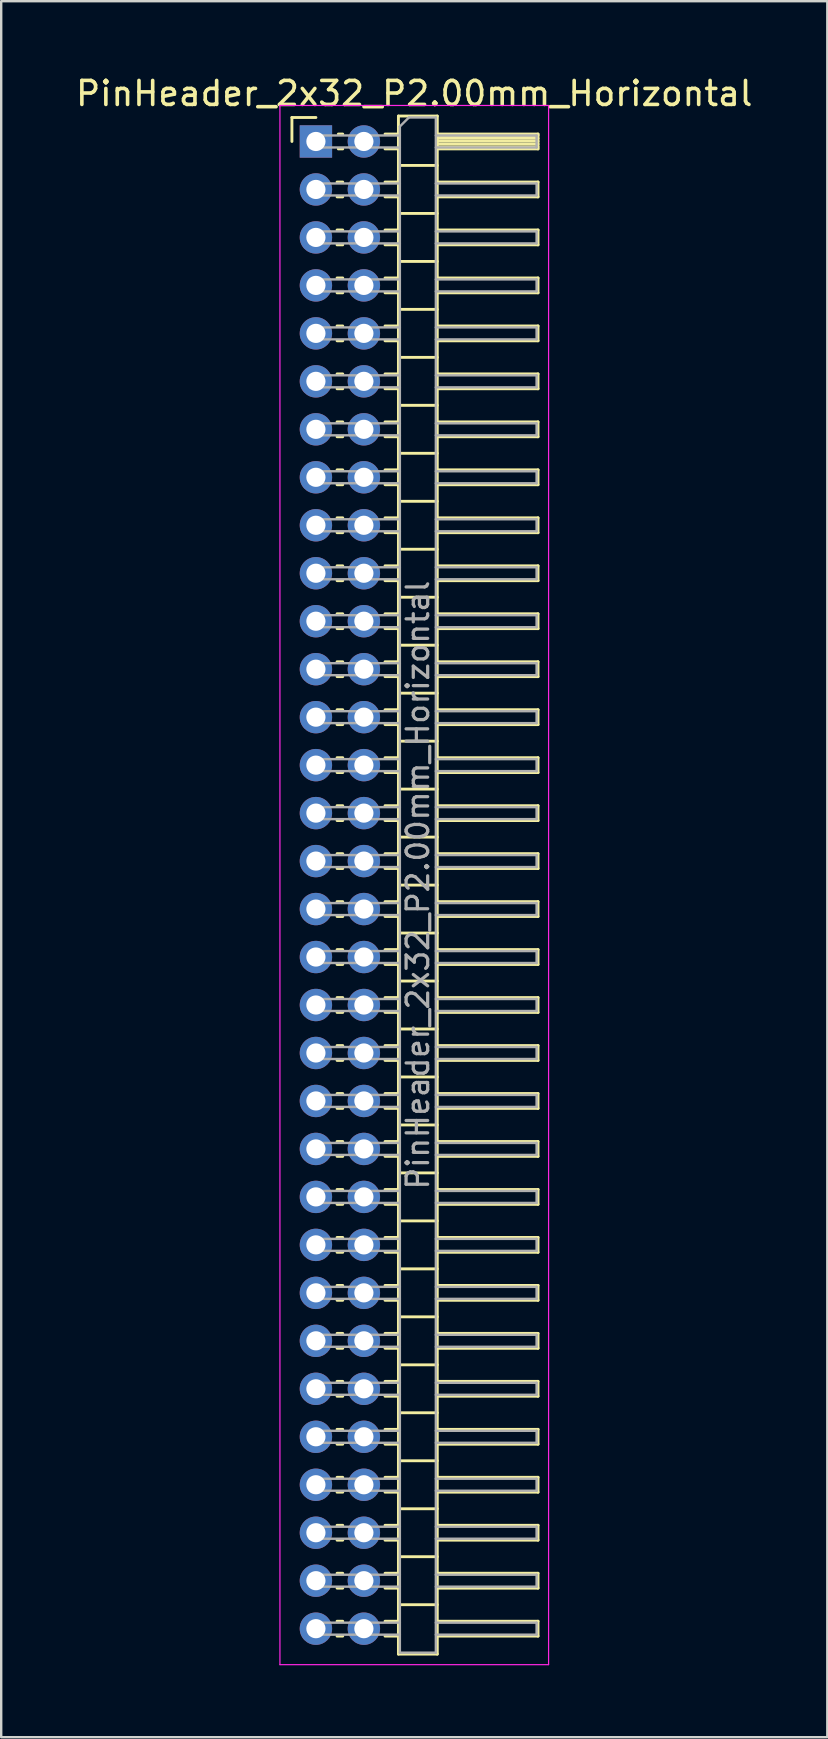
<source format=kicad_pcb>
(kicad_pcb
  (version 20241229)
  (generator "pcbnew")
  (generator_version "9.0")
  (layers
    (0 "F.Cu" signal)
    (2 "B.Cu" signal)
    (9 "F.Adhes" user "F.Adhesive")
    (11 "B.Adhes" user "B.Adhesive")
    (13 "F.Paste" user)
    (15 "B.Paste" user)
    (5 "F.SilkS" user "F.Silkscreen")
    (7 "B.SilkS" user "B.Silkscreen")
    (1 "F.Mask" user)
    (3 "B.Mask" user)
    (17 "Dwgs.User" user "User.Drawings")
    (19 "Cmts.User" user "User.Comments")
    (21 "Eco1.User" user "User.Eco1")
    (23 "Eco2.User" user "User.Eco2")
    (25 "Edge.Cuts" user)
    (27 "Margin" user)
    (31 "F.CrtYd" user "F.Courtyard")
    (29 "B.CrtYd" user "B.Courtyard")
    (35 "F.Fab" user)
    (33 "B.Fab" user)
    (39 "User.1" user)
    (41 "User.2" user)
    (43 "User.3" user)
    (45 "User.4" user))
  (footprint "PinHeader_2x32_P2.00mm_Horizontal"
    (layer "F.Cu")
    (at 10.12 2.848)
    (property "Reference" "PinHeader_2x32_P2.00mm_Horizontal" (at 4.1 -2 0) (layer "F.SilkS") (effects (font (size 1 1) (thickness 0.15))))
    (attr through_hole)
    (fp_line (start -1 -1) (end 0 -1) (stroke (width 0.12) (type solid)) (layer "F.SilkS"))
    (fp_line (start -1 0) (end -1 -1) (stroke (width 0.12) (type solid)) (layer "F.SilkS"))
    (fp_line (start 0.882 1.69) (end 1.118 1.69) (stroke (width 0.12) (type solid)) (layer "F.SilkS"))
    (fp_line (start 0.882 2.31) (end 1.118 2.31) (stroke (width 0.12) (type solid)) (layer "F.SilkS"))
    (fp_line (start 0.882 3.69) (end 1.118 3.69) (stroke (width 0.12) (type solid)) (layer "F.SilkS"))
    (fp_line (start 0.882 4.31) (end 1.118 4.31) (stroke (width 0.12) (type solid)) (layer "F.SilkS"))
    (fp_line (start 0.882 5.69) (end 1.118 5.69) (stroke (width 0.12) (type solid)) (layer "F.SilkS"))
    (fp_line (start 0.882 6.31) (end 1.118 6.31) (stroke (width 0.12) (type solid)) (layer "F.SilkS"))
    (fp_line (start 0.882 7.69) (end 1.118 7.69) (stroke (width 0.12) (type solid)) (layer "F.SilkS"))
    (fp_line (start 0.882 8.31) (end 1.118 8.31) (stroke (width 0.12) (type solid)) (layer "F.SilkS"))
    (fp_line (start 0.882 9.69) (end 1.118 9.69) (stroke (width 0.12) (type solid)) (layer "F.SilkS"))
    (fp_line (start 0.882 10.31) (end 1.118 10.31) (stroke (width 0.12) (type solid)) (layer "F.SilkS"))
    (fp_line (start 0.882 11.69) (end 1.118 11.69) (stroke (width 0.12) (type solid)) (layer "F.SilkS"))
    (fp_line (start 0.882 12.31) (end 1.118 12.31) (stroke (width 0.12) (type solid)) (layer "F.SilkS"))
    (fp_line (start 0.882 13.69) (end 1.118 13.69) (stroke (width 0.12) (type solid)) (layer "F.SilkS"))
    (fp_line (start 0.882 14.31) (end 1.118 14.31) (stroke (width 0.12) (type solid)) (layer "F.SilkS"))
    (fp_line (start 0.882 15.69) (end 1.118 15.69) (stroke (width 0.12) (type solid)) (layer "F.SilkS"))
    (fp_line (start 0.882 16.31) (end 1.118 16.31) (stroke (width 0.12) (type solid)) (layer "F.SilkS"))
    (fp_line (start 0.882 17.69) (end 1.118 17.69) (stroke (width 0.12) (type solid)) (layer "F.SilkS"))
    (fp_line (start 0.882 18.31) (end 1.118 18.31) (stroke (width 0.12) (type solid)) (layer "F.SilkS"))
    (fp_line (start 0.882 19.69) (end 1.118 19.69) (stroke (width 0.12) (type solid)) (layer "F.SilkS"))
    (fp_line (start 0.882 20.31) (end 1.118 20.31) (stroke (width 0.12) (type solid)) (layer "F.SilkS"))
    (fp_line (start 0.882 21.69) (end 1.118 21.69) (stroke (width 0.12) (type solid)) (layer "F.SilkS"))
    (fp_line (start 0.882 22.31) (end 1.118 22.31) (stroke (width 0.12) (type solid)) (layer "F.SilkS"))
    (fp_line (start 0.882 23.69) (end 1.118 23.69) (stroke (width 0.12) (type solid)) (layer "F.SilkS"))
    (fp_line (start 0.882 24.31) (end 1.118 24.31) (stroke (width 0.12) (type solid)) (layer "F.SilkS"))
    (fp_line (start 0.882 25.69) (end 1.118 25.69) (stroke (width 0.12) (type solid)) (layer "F.SilkS"))
    (fp_line (start 0.882 26.31) (end 1.118 26.31) (stroke (width 0.12) (type solid)) (layer "F.SilkS"))
    (fp_line (start 0.882 27.69) (end 1.118 27.69) (stroke (width 0.12) (type solid)) (layer "F.SilkS"))
    (fp_line (start 0.882 28.31) (end 1.118 28.31) (stroke (width 0.12) (type solid)) (layer "F.SilkS"))
    (fp_line (start 0.882 29.69) (end 1.118 29.69) (stroke (width 0.12) (type solid)) (layer "F.SilkS"))
    (fp_line (start 0.882 30.31) (end 1.118 30.31) (stroke (width 0.12) (type solid)) (layer "F.SilkS"))
    (fp_line (start 0.882 31.69) (end 1.118 31.69) (stroke (width 0.12) (type solid)) (layer "F.SilkS"))
    (fp_line (start 0.882 32.31) (end 1.118 32.31) (stroke (width 0.12) (type solid)) (layer "F.SilkS"))
    (fp_line (start 0.882 33.69) (end 1.118 33.69) (stroke (width 0.12) (type solid)) (layer "F.SilkS"))
    (fp_line (start 0.882 34.31) (end 1.118 34.31) (stroke (width 0.12) (type solid)) (layer "F.SilkS"))
    (fp_line (start 0.882 35.69) (end 1.118 35.69) (stroke (width 0.12) (type solid)) (layer "F.SilkS"))
    (fp_line (start 0.882 36.31) (end 1.118 36.31) (stroke (width 0.12) (type solid)) (layer "F.SilkS"))
    (fp_line (start 0.882 37.69) (end 1.118 37.69) (stroke (width 0.12) (type solid)) (layer "F.SilkS"))
    (fp_line (start 0.882 38.31) (end 1.118 38.31) (stroke (width 0.12) (type solid)) (layer "F.SilkS"))
    (fp_line (start 0.882 39.69) (end 1.118 39.69) (stroke (width 0.12) (type solid)) (layer "F.SilkS"))
    (fp_line (start 0.882 40.31) (end 1.118 40.31) (stroke (width 0.12) (type solid)) (layer "F.SilkS"))
    (fp_line (start 0.882 41.69) (end 1.118 41.69) (stroke (width 0.12) (type solid)) (layer "F.SilkS"))
    (fp_line (start 0.882 42.31) (end 1.118 42.31) (stroke (width 0.12) (type solid)) (layer "F.SilkS"))
    (fp_line (start 0.882 43.69) (end 1.118 43.69) (stroke (width 0.12) (type solid)) (layer "F.SilkS"))
    (fp_line (start 0.882 44.31) (end 1.118 44.31) (stroke (width 0.12) (type solid)) (layer "F.SilkS"))
    (fp_line (start 0.882 45.69) (end 1.118 45.69) (stroke (width 0.12) (type solid)) (layer "F.SilkS"))
    (fp_line (start 0.882 46.31) (end 1.118 46.31) (stroke (width 0.12) (type solid)) (layer "F.SilkS"))
    (fp_line (start 0.882 47.69) (end 1.118 47.69) (stroke (width 0.12) (type solid)) (layer "F.SilkS"))
    (fp_line (start 0.882 48.31) (end 1.118 48.31) (stroke (width 0.12) (type solid)) (layer "F.SilkS"))
    (fp_line (start 0.882 49.69) (end 1.118 49.69) (stroke (width 0.12) (type solid)) (layer "F.SilkS"))
    (fp_line (start 0.882 50.31) (end 1.118 50.31) (stroke (width 0.12) (type solid)) (layer "F.SilkS"))
    (fp_line (start 0.882 51.69) (end 1.118 51.69) (stroke (width 0.12) (type solid)) (layer "F.SilkS"))
    (fp_line (start 0.882 52.31) (end 1.118 52.31) (stroke (width 0.12) (type solid)) (layer "F.SilkS"))
    (fp_line (start 0.882 53.69) (end 1.118 53.69) (stroke (width 0.12) (type solid)) (layer "F.SilkS"))
    (fp_line (start 0.882 54.31) (end 1.118 54.31) (stroke (width 0.12) (type solid)) (layer "F.SilkS"))
    (fp_line (start 0.882 55.69) (end 1.118 55.69) (stroke (width 0.12) (type solid)) (layer "F.SilkS"))
    (fp_line (start 0.882 56.31) (end 1.118 56.31) (stroke (width 0.12) (type solid)) (layer "F.SilkS"))
    (fp_line (start 0.882 57.69) (end 1.118 57.69) (stroke (width 0.12) (type solid)) (layer "F.SilkS"))
    (fp_line (start 0.882 58.31) (end 1.118 58.31) (stroke (width 0.12) (type solid)) (layer "F.SilkS"))
    (fp_line (start 0.882 59.69) (end 1.118 59.69) (stroke (width 0.12) (type solid)) (layer "F.SilkS"))
    (fp_line (start 0.882 60.31) (end 1.118 60.31) (stroke (width 0.12) (type solid)) (layer "F.SilkS"))
    (fp_line (start 0.882 61.69) (end 1.118 61.69) (stroke (width 0.12) (type solid)) (layer "F.SilkS"))
    (fp_line (start 0.882 62.31) (end 1.118 62.31) (stroke (width 0.12) (type solid)) (layer "F.SilkS"))
    (fp_line (start 0.935 -0.31) (end 1.118 -0.31) (stroke (width 0.12) (type solid)) (layer "F.SilkS"))
    (fp_line (start 0.935 0.31) (end 1.118 0.31) (stroke (width 0.12) (type solid)) (layer "F.SilkS"))
    (fp_line (start 2.882 -0.31) (end 3.44 -0.31) (stroke (width 0.12) (type solid)) (layer "F.SilkS"))
    (fp_line (start 2.882 0.31) (end 3.44 0.31) (stroke (width 0.12) (type solid)) (layer "F.SilkS"))
    (fp_line (start 2.882 1.69) (end 3.44 1.69) (stroke (width 0.12) (type solid)) (layer "F.SilkS"))
    (fp_line (start 2.882 2.31) (end 3.44 2.31) (stroke (width 0.12) (type solid)) (layer "F.SilkS"))
    (fp_line (start 2.882 3.69) (end 3.44 3.69) (stroke (width 0.12) (type solid)) (layer "F.SilkS"))
    (fp_line (start 2.882 4.31) (end 3.44 4.31) (stroke (width 0.12) (type solid)) (layer "F.SilkS"))
    (fp_line (start 2.882 5.69) (end 3.44 5.69) (stroke (width 0.12) (type solid)) (layer "F.SilkS"))
    (fp_line (start 2.882 6.31) (end 3.44 6.31) (stroke (width 0.12) (type solid)) (layer "F.SilkS"))
    (fp_line (start 2.882 7.69) (end 3.44 7.69) (stroke (width 0.12) (type solid)) (layer "F.SilkS"))
    (fp_line (start 2.882 8.31) (end 3.44 8.31) (stroke (width 0.12) (type solid)) (layer "F.SilkS"))
    (fp_line (start 2.882 9.69) (end 3.44 9.69) (stroke (width 0.12) (type solid)) (layer "F.SilkS"))
    (fp_line (start 2.882 10.31) (end 3.44 10.31) (stroke (width 0.12) (type solid)) (layer "F.SilkS"))
    (fp_line (start 2.882 11.69) (end 3.44 11.69) (stroke (width 0.12) (type solid)) (layer "F.SilkS"))
    (fp_line (start 2.882 12.31) (end 3.44 12.31) (stroke (width 0.12) (type solid)) (layer "F.SilkS"))
    (fp_line (start 2.882 13.69) (end 3.44 13.69) (stroke (width 0.12) (type solid)) (layer "F.SilkS"))
    (fp_line (start 2.882 14.31) (end 3.44 14.31) (stroke (width 0.12) (type solid)) (layer "F.SilkS"))
    (fp_line (start 2.882 15.69) (end 3.44 15.69) (stroke (width 0.12) (type solid)) (layer "F.SilkS"))
    (fp_line (start 2.882 16.31) (end 3.44 16.31) (stroke (width 0.12) (type solid)) (layer "F.SilkS"))
    (fp_line (start 2.882 17.69) (end 3.44 17.69) (stroke (width 0.12) (type solid)) (layer "F.SilkS"))
    (fp_line (start 2.882 18.31) (end 3.44 18.31) (stroke (width 0.12) (type solid)) (layer "F.SilkS"))
    (fp_line (start 2.882 19.69) (end 3.44 19.69) (stroke (width 0.12) (type solid)) (layer "F.SilkS"))
    (fp_line (start 2.882 20.31) (end 3.44 20.31) (stroke (width 0.12) (type solid)) (layer "F.SilkS"))
    (fp_line (start 2.882 21.69) (end 3.44 21.69) (stroke (width 0.12) (type solid)) (layer "F.SilkS"))
    (fp_line (start 2.882 22.31) (end 3.44 22.31) (stroke (width 0.12) (type solid)) (layer "F.SilkS"))
    (fp_line (start 2.882 23.69) (end 3.44 23.69) (stroke (width 0.12) (type solid)) (layer "F.SilkS"))
    (fp_line (start 2.882 24.31) (end 3.44 24.31) (stroke (width 0.12) (type solid)) (layer "F.SilkS"))
    (fp_line (start 2.882 25.69) (end 3.44 25.69) (stroke (width 0.12) (type solid)) (layer "F.SilkS"))
    (fp_line (start 2.882 26.31) (end 3.44 26.31) (stroke (width 0.12) (type solid)) (layer "F.SilkS"))
    (fp_line (start 2.882 27.69) (end 3.44 27.69) (stroke (width 0.12) (type solid)) (layer "F.SilkS"))
    (fp_line (start 2.882 28.31) (end 3.44 28.31) (stroke (width 0.12) (type solid)) (layer "F.SilkS"))
    (fp_line (start 2.882 29.69) (end 3.44 29.69) (stroke (width 0.12) (type solid)) (layer "F.SilkS"))
    (fp_line (start 2.882 30.31) (end 3.44 30.31) (stroke (width 0.12) (type solid)) (layer "F.SilkS"))
    (fp_line (start 2.882 31.69) (end 3.44 31.69) (stroke (width 0.12) (type solid)) (layer "F.SilkS"))
    (fp_line (start 2.882 32.31) (end 3.44 32.31) (stroke (width 0.12) (type solid)) (layer "F.SilkS"))
    (fp_line (start 2.882 33.69) (end 3.44 33.69) (stroke (width 0.12) (type solid)) (layer "F.SilkS"))
    (fp_line (start 2.882 34.31) (end 3.44 34.31) (stroke (width 0.12) (type solid)) (layer "F.SilkS"))
    (fp_line (start 2.882 35.69) (end 3.44 35.69) (stroke (width 0.12) (type solid)) (layer "F.SilkS"))
    (fp_line (start 2.882 36.31) (end 3.44 36.31) (stroke (width 0.12) (type solid)) (layer "F.SilkS"))
    (fp_line (start 2.882 37.69) (end 3.44 37.69) (stroke (width 0.12) (type solid)) (layer "F.SilkS"))
    (fp_line (start 2.882 38.31) (end 3.44 38.31) (stroke (width 0.12) (type solid)) (layer "F.SilkS"))
    (fp_line (start 2.882 39.69) (end 3.44 39.69) (stroke (width 0.12) (type solid)) (layer "F.SilkS"))
    (fp_line (start 2.882 40.31) (end 3.44 40.31) (stroke (width 0.12) (type solid)) (layer "F.SilkS"))
    (fp_line (start 2.882 41.69) (end 3.44 41.69) (stroke (width 0.12) (type solid)) (layer "F.SilkS"))
    (fp_line (start 2.882 42.31) (end 3.44 42.31) (stroke (width 0.12) (type solid)) (layer "F.SilkS"))
    (fp_line (start 2.882 43.69) (end 3.44 43.69) (stroke (width 0.12) (type solid)) (layer "F.SilkS"))
    (fp_line (start 2.882 44.31) (end 3.44 44.31) (stroke (width 0.12) (type solid)) (layer "F.SilkS"))
    (fp_line (start 2.882 45.69) (end 3.44 45.69) (stroke (width 0.12) (type solid)) (layer "F.SilkS"))
    (fp_line (start 2.882 46.31) (end 3.44 46.31) (stroke (width 0.12) (type solid)) (layer "F.SilkS"))
    (fp_line (start 2.882 47.69) (end 3.44 47.69) (stroke (width 0.12) (type solid)) (layer "F.SilkS"))
    (fp_line (start 2.882 48.31) (end 3.44 48.31) (stroke (width 0.12) (type solid)) (layer "F.SilkS"))
    (fp_line (start 2.882 49.69) (end 3.44 49.69) (stroke (width 0.12) (type solid)) (layer "F.SilkS"))
    (fp_line (start 2.882 50.31) (end 3.44 50.31) (stroke (width 0.12) (type solid)) (layer "F.SilkS"))
    (fp_line (start 2.882 51.69) (end 3.44 51.69) (stroke (width 0.12) (type solid)) (layer "F.SilkS"))
    (fp_line (start 2.882 52.31) (end 3.44 52.31) (stroke (width 0.12) (type solid)) (layer "F.SilkS"))
    (fp_line (start 2.882 53.69) (end 3.44 53.69) (stroke (width 0.12) (type solid)) (layer "F.SilkS"))
    (fp_line (start 2.882 54.31) (end 3.44 54.31) (stroke (width 0.12) (type solid)) (layer "F.SilkS"))
    (fp_line (start 2.882 55.69) (end 3.44 55.69) (stroke (width 0.12) (type solid)) (layer "F.SilkS"))
    (fp_line (start 2.882 56.31) (end 3.44 56.31) (stroke (width 0.12) (type solid)) (layer "F.SilkS"))
    (fp_line (start 2.882 57.69) (end 3.44 57.69) (stroke (width 0.12) (type solid)) (layer "F.SilkS"))
    (fp_line (start 2.882 58.31) (end 3.44 58.31) (stroke (width 0.12) (type solid)) (layer "F.SilkS"))
    (fp_line (start 2.882 59.69) (end 3.44 59.69) (stroke (width 0.12) (type solid)) (layer "F.SilkS"))
    (fp_line (start 2.882 60.31) (end 3.44 60.31) (stroke (width 0.12) (type solid)) (layer "F.SilkS"))
    (fp_line (start 2.882 61.69) (end 3.44 61.69) (stroke (width 0.12) (type solid)) (layer "F.SilkS"))
    (fp_line (start 2.882 62.31) (end 3.44 62.31) (stroke (width 0.12) (type solid)) (layer "F.SilkS"))
    (fp_line (start 3.44 -1.06) (end 3.44 63.06) (stroke (width 0.12) (type solid)) (layer "F.SilkS"))
    (fp_line (start 3.44 1) (end 5.06 1) (stroke (width 0.12) (type solid)) (layer "F.SilkS"))
    (fp_line (start 3.44 3) (end 5.06 3) (stroke (width 0.12) (type solid)) (layer "F.SilkS"))
    (fp_line (start 3.44 5) (end 5.06 5) (stroke (width 0.12) (type solid)) (layer "F.SilkS"))
    (fp_line (start 3.44 7) (end 5.06 7) (stroke (width 0.12) (type solid)) (layer "F.SilkS"))
    (fp_line (start 3.44 9) (end 5.06 9) (stroke (width 0.12) (type solid)) (layer "F.SilkS"))
    (fp_line (start 3.44 11) (end 5.06 11) (stroke (width 0.12) (type solid)) (layer "F.SilkS"))
    (fp_line (start 3.44 13) (end 5.06 13) (stroke (width 0.12) (type solid)) (layer "F.SilkS"))
    (fp_line (start 3.44 15) (end 5.06 15) (stroke (width 0.12) (type solid)) (layer "F.SilkS"))
    (fp_line (start 3.44 17) (end 5.06 17) (stroke (width 0.12) (type solid)) (layer "F.SilkS"))
    (fp_line (start 3.44 19) (end 5.06 19) (stroke (width 0.12) (type solid)) (layer "F.SilkS"))
    (fp_line (start 3.44 21) (end 5.06 21) (stroke (width 0.12) (type solid)) (layer "F.SilkS"))
    (fp_line (start 3.44 23) (end 5.06 23) (stroke (width 0.12) (type solid)) (layer "F.SilkS"))
    (fp_line (start 3.44 25) (end 5.06 25) (stroke (width 0.12) (type solid)) (layer "F.SilkS"))
    (fp_line (start 3.44 27) (end 5.06 27) (stroke (width 0.12) (type solid)) (layer "F.SilkS"))
    (fp_line (start 3.44 29) (end 5.06 29) (stroke (width 0.12) (type solid)) (layer "F.SilkS"))
    (fp_line (start 3.44 31) (end 5.06 31) (stroke (width 0.12) (type solid)) (layer "F.SilkS"))
    (fp_line (start 3.44 33) (end 5.06 33) (stroke (width 0.12) (type solid)) (layer "F.SilkS"))
    (fp_line (start 3.44 35) (end 5.06 35) (stroke (width 0.12) (type solid)) (layer "F.SilkS"))
    (fp_line (start 3.44 37) (end 5.06 37) (stroke (width 0.12) (type solid)) (layer "F.SilkS"))
    (fp_line (start 3.44 39) (end 5.06 39) (stroke (width 0.12) (type solid)) (layer "F.SilkS"))
    (fp_line (start 3.44 41) (end 5.06 41) (stroke (width 0.12) (type solid)) (layer "F.SilkS"))
    (fp_line (start 3.44 43) (end 5.06 43) (stroke (width 0.12) (type solid)) (layer "F.SilkS"))
    (fp_line (start 3.44 45) (end 5.06 45) (stroke (width 0.12) (type solid)) (layer "F.SilkS"))
    (fp_line (start 3.44 47) (end 5.06 47) (stroke (width 0.12) (type solid)) (layer "F.SilkS"))
    (fp_line (start 3.44 49) (end 5.06 49) (stroke (width 0.12) (type solid)) (layer "F.SilkS"))
    (fp_line (start 3.44 51) (end 5.06 51) (stroke (width 0.12) (type solid)) (layer "F.SilkS"))
    (fp_line (start 3.44 53) (end 5.06 53) (stroke (width 0.12) (type solid)) (layer "F.SilkS"))
    (fp_line (start 3.44 55) (end 5.06 55) (stroke (width 0.12) (type solid)) (layer "F.SilkS"))
    (fp_line (start 3.44 57) (end 5.06 57) (stroke (width 0.12) (type solid)) (layer "F.SilkS"))
    (fp_line (start 3.44 59) (end 5.06 59) (stroke (width 0.12) (type solid)) (layer "F.SilkS"))
    (fp_line (start 3.44 61) (end 5.06 61) (stroke (width 0.12) (type solid)) (layer "F.SilkS"))
    (fp_line (start 3.44 63.06) (end 5.06 63.06) (stroke (width 0.12) (type solid)) (layer "F.SilkS"))
    (fp_line (start 5.06 -1.06) (end 3.44 -1.06) (stroke (width 0.12) (type solid)) (layer "F.SilkS"))
    (fp_line (start 5.06 -0.31) (end 9.26 -0.31) (stroke (width 0.12) (type solid)) (layer "F.SilkS"))
    (fp_line (start 5.06 -0.25) (end 9.26 -0.25) (stroke (width 0.12) (type solid)) (layer "F.SilkS"))
    (fp_line (start 5.06 -0.13) (end 9.26 -0.13) (stroke (width 0.12) (type solid)) (layer "F.SilkS"))
    (fp_line (start 5.06 -0.01) (end 9.26 -0.01) (stroke (width 0.12) (type solid)) (layer "F.SilkS"))
    (fp_line (start 5.06 0.11) (end 9.26 0.11) (stroke (width 0.12) (type solid)) (layer "F.SilkS"))
    (fp_line (start 5.06 0.23) (end 9.26 0.23) (stroke (width 0.12) (type solid)) (layer "F.SilkS"))
    (fp_line (start 5.06 1.69) (end 9.26 1.69) (stroke (width 0.12) (type solid)) (layer "F.SilkS"))
    (fp_line (start 5.06 3.69) (end 9.26 3.69) (stroke (width 0.12) (type solid)) (layer "F.SilkS"))
    (fp_line (start 5.06 5.69) (end 9.26 5.69) (stroke (width 0.12) (type solid)) (layer "F.SilkS"))
    (fp_line (start 5.06 7.69) (end 9.26 7.69) (stroke (width 0.12) (type solid)) (layer "F.SilkS"))
    (fp_line (start 5.06 9.69) (end 9.26 9.69) (stroke (width 0.12) (type solid)) (layer "F.SilkS"))
    (fp_line (start 5.06 11.69) (end 9.26 11.69) (stroke (width 0.12) (type solid)) (layer "F.SilkS"))
    (fp_line (start 5.06 13.69) (end 9.26 13.69) (stroke (width 0.12) (type solid)) (layer "F.SilkS"))
    (fp_line (start 5.06 15.69) (end 9.26 15.69) (stroke (width 0.12) (type solid)) (layer "F.SilkS"))
    (fp_line (start 5.06 17.69) (end 9.26 17.69) (stroke (width 0.12) (type solid)) (layer "F.SilkS"))
    (fp_line (start 5.06 19.69) (end 9.26 19.69) (stroke (width 0.12) (type solid)) (layer "F.SilkS"))
    (fp_line (start 5.06 21.69) (end 9.26 21.69) (stroke (width 0.12) (type solid)) (layer "F.SilkS"))
    (fp_line (start 5.06 23.69) (end 9.26 23.69) (stroke (width 0.12) (type solid)) (layer "F.SilkS"))
    (fp_line (start 5.06 25.69) (end 9.26 25.69) (stroke (width 0.12) (type solid)) (layer "F.SilkS"))
    (fp_line (start 5.06 27.69) (end 9.26 27.69) (stroke (width 0.12) (type solid)) (layer "F.SilkS"))
    (fp_line (start 5.06 29.69) (end 9.26 29.69) (stroke (width 0.12) (type solid)) (layer "F.SilkS"))
    (fp_line (start 5.06 31.69) (end 9.26 31.69) (stroke (width 0.12) (type solid)) (layer "F.SilkS"))
    (fp_line (start 5.06 33.69) (end 9.26 33.69) (stroke (width 0.12) (type solid)) (layer "F.SilkS"))
    (fp_line (start 5.06 35.69) (end 9.26 35.69) (stroke (width 0.12) (type solid)) (layer "F.SilkS"))
    (fp_line (start 5.06 37.69) (end 9.26 37.69) (stroke (width 0.12) (type solid)) (layer "F.SilkS"))
    (fp_line (start 5.06 39.69) (end 9.26 39.69) (stroke (width 0.12) (type solid)) (layer "F.SilkS"))
    (fp_line (start 5.06 41.69) (end 9.26 41.69) (stroke (width 0.12) (type solid)) (layer "F.SilkS"))
    (fp_line (start 5.06 43.69) (end 9.26 43.69) (stroke (width 0.12) (type solid)) (layer "F.SilkS"))
    (fp_line (start 5.06 45.69) (end 9.26 45.69) (stroke (width 0.12) (type solid)) (layer "F.SilkS"))
    (fp_line (start 5.06 47.69) (end 9.26 47.69) (stroke (width 0.12) (type solid)) (layer "F.SilkS"))
    (fp_line (start 5.06 49.69) (end 9.26 49.69) (stroke (width 0.12) (type solid)) (layer "F.SilkS"))
    (fp_line (start 5.06 51.69) (end 9.26 51.69) (stroke (width 0.12) (type solid)) (layer "F.SilkS"))
    (fp_line (start 5.06 53.69) (end 9.26 53.69) (stroke (width 0.12) (type solid)) (layer "F.SilkS"))
    (fp_line (start 5.06 55.69) (end 9.26 55.69) (stroke (width 0.12) (type solid)) (layer "F.SilkS"))
    (fp_line (start 5.06 57.69) (end 9.26 57.69) (stroke (width 0.12) (type solid)) (layer "F.SilkS"))
    (fp_line (start 5.06 59.69) (end 9.26 59.69) (stroke (width 0.12) (type solid)) (layer "F.SilkS"))
    (fp_line (start 5.06 61.69) (end 9.26 61.69) (stroke (width 0.12) (type solid)) (layer "F.SilkS"))
    (fp_line (start 5.06 63.06) (end 5.06 -1.06) (stroke (width 0.12) (type solid)) (layer "F.SilkS"))
    (fp_line (start 9.26 -0.31) (end 9.26 0.31) (stroke (width 0.12) (type solid)) (layer "F.SilkS"))
    (fp_line (start 9.26 0.31) (end 5.06 0.31) (stroke (width 0.12) (type solid)) (layer "F.SilkS"))
    (fp_line (start 9.26 1.69) (end 9.26 2.31) (stroke (width 0.12) (type solid)) (layer "F.SilkS"))
    (fp_line (start 9.26 2.31) (end 5.06 2.31) (stroke (width 0.12) (type solid)) (layer "F.SilkS"))
    (fp_line (start 9.26 3.69) (end 9.26 4.31) (stroke (width 0.12) (type solid)) (layer "F.SilkS"))
    (fp_line (start 9.26 4.31) (end 5.06 4.31) (stroke (width 0.12) (type solid)) (layer "F.SilkS"))
    (fp_line (start 9.26 5.69) (end 9.26 6.31) (stroke (width 0.12) (type solid)) (layer "F.SilkS"))
    (fp_line (start 9.26 6.31) (end 5.06 6.31) (stroke (width 0.12) (type solid)) (layer "F.SilkS"))
    (fp_line (start 9.26 7.69) (end 9.26 8.31) (stroke (width 0.12) (type solid)) (layer "F.SilkS"))
    (fp_line (start 9.26 8.31) (end 5.06 8.31) (stroke (width 0.12) (type solid)) (layer "F.SilkS"))
    (fp_line (start 9.26 9.69) (end 9.26 10.31) (stroke (width 0.12) (type solid)) (layer "F.SilkS"))
    (fp_line (start 9.26 10.31) (end 5.06 10.31) (stroke (width 0.12) (type solid)) (layer "F.SilkS"))
    (fp_line (start 9.26 11.69) (end 9.26 12.31) (stroke (width 0.12) (type solid)) (layer "F.SilkS"))
    (fp_line (start 9.26 12.31) (end 5.06 12.31) (stroke (width 0.12) (type solid)) (layer "F.SilkS"))
    (fp_line (start 9.26 13.69) (end 9.26 14.31) (stroke (width 0.12) (type solid)) (layer "F.SilkS"))
    (fp_line (start 9.26 14.31) (end 5.06 14.31) (stroke (width 0.12) (type solid)) (layer "F.SilkS"))
    (fp_line (start 9.26 15.69) (end 9.26 16.31) (stroke (width 0.12) (type solid)) (layer "F.SilkS"))
    (fp_line (start 9.26 16.31) (end 5.06 16.31) (stroke (width 0.12) (type solid)) (layer "F.SilkS"))
    (fp_line (start 9.26 17.69) (end 9.26 18.31) (stroke (width 0.12) (type solid)) (layer "F.SilkS"))
    (fp_line (start 9.26 18.31) (end 5.06 18.31) (stroke (width 0.12) (type solid)) (layer "F.SilkS"))
    (fp_line (start 9.26 19.69) (end 9.26 20.31) (stroke (width 0.12) (type solid)) (layer "F.SilkS"))
    (fp_line (start 9.26 20.31) (end 5.06 20.31) (stroke (width 0.12) (type solid)) (layer "F.SilkS"))
    (fp_line (start 9.26 21.69) (end 9.26 22.31) (stroke (width 0.12) (type solid)) (layer "F.SilkS"))
    (fp_line (start 9.26 22.31) (end 5.06 22.31) (stroke (width 0.12) (type solid)) (layer "F.SilkS"))
    (fp_line (start 9.26 23.69) (end 9.26 24.31) (stroke (width 0.12) (type solid)) (layer "F.SilkS"))
    (fp_line (start 9.26 24.31) (end 5.06 24.31) (stroke (width 0.12) (type solid)) (layer "F.SilkS"))
    (fp_line (start 9.26 25.69) (end 9.26 26.31) (stroke (width 0.12) (type solid)) (layer "F.SilkS"))
    (fp_line (start 9.26 26.31) (end 5.06 26.31) (stroke (width 0.12) (type solid)) (layer "F.SilkS"))
    (fp_line (start 9.26 27.69) (end 9.26 28.31) (stroke (width 0.12) (type solid)) (layer "F.SilkS"))
    (fp_line (start 9.26 28.31) (end 5.06 28.31) (stroke (width 0.12) (type solid)) (layer "F.SilkS"))
    (fp_line (start 9.26 29.69) (end 9.26 30.31) (stroke (width 0.12) (type solid)) (layer "F.SilkS"))
    (fp_line (start 9.26 30.31) (end 5.06 30.31) (stroke (width 0.12) (type solid)) (layer "F.SilkS"))
    (fp_line (start 9.26 31.69) (end 9.26 32.31) (stroke (width 0.12) (type solid)) (layer "F.SilkS"))
    (fp_line (start 9.26 32.31) (end 5.06 32.31) (stroke (width 0.12) (type solid)) (layer "F.SilkS"))
    (fp_line (start 9.26 33.69) (end 9.26 34.31) (stroke (width 0.12) (type solid)) (layer "F.SilkS"))
    (fp_line (start 9.26 34.31) (end 5.06 34.31) (stroke (width 0.12) (type solid)) (layer "F.SilkS"))
    (fp_line (start 9.26 35.69) (end 9.26 36.31) (stroke (width 0.12) (type solid)) (layer "F.SilkS"))
    (fp_line (start 9.26 36.31) (end 5.06 36.31) (stroke (width 0.12) (type solid)) (layer "F.SilkS"))
    (fp_line (start 9.26 37.69) (end 9.26 38.31) (stroke (width 0.12) (type solid)) (layer "F.SilkS"))
    (fp_line (start 9.26 38.31) (end 5.06 38.31) (stroke (width 0.12) (type solid)) (layer "F.SilkS"))
    (fp_line (start 9.26 39.69) (end 9.26 40.31) (stroke (width 0.12) (type solid)) (layer "F.SilkS"))
    (fp_line (start 9.26 40.31) (end 5.06 40.31) (stroke (width 0.12) (type solid)) (layer "F.SilkS"))
    (fp_line (start 9.26 41.69) (end 9.26 42.31) (stroke (width 0.12) (type solid)) (layer "F.SilkS"))
    (fp_line (start 9.26 42.31) (end 5.06 42.31) (stroke (width 0.12) (type solid)) (layer "F.SilkS"))
    (fp_line (start 9.26 43.69) (end 9.26 44.31) (stroke (width 0.12) (type solid)) (layer "F.SilkS"))
    (fp_line (start 9.26 44.31) (end 5.06 44.31) (stroke (width 0.12) (type solid)) (layer "F.SilkS"))
    (fp_line (start 9.26 45.69) (end 9.26 46.31) (stroke (width 0.12) (type solid)) (layer "F.SilkS"))
    (fp_line (start 9.26 46.31) (end 5.06 46.31) (stroke (width 0.12) (type solid)) (layer "F.SilkS"))
    (fp_line (start 9.26 47.69) (end 9.26 48.31) (stroke (width 0.12) (type solid)) (layer "F.SilkS"))
    (fp_line (start 9.26 48.31) (end 5.06 48.31) (stroke (width 0.12) (type solid)) (layer "F.SilkS"))
    (fp_line (start 9.26 49.69) (end 9.26 50.31) (stroke (width 0.12) (type solid)) (layer "F.SilkS"))
    (fp_line (start 9.26 50.31) (end 5.06 50.31) (stroke (width 0.12) (type solid)) (layer "F.SilkS"))
    (fp_line (start 9.26 51.69) (end 9.26 52.31) (stroke (width 0.12) (type solid)) (layer "F.SilkS"))
    (fp_line (start 9.26 52.31) (end 5.06 52.31) (stroke (width 0.12) (type solid)) (layer "F.SilkS"))
    (fp_line (start 9.26 53.69) (end 9.26 54.31) (stroke (width 0.12) (type solid)) (layer "F.SilkS"))
    (fp_line (start 9.26 54.31) (end 5.06 54.31) (stroke (width 0.12) (type solid)) (layer "F.SilkS"))
    (fp_line (start 9.26 55.69) (end 9.26 56.31) (stroke (width 0.12) (type solid)) (layer "F.SilkS"))
    (fp_line (start 9.26 56.31) (end 5.06 56.31) (stroke (width 0.12) (type solid)) (layer "F.SilkS"))
    (fp_line (start 9.26 57.69) (end 9.26 58.31) (stroke (width 0.12) (type solid)) (layer "F.SilkS"))
    (fp_line (start 9.26 58.31) (end 5.06 58.31) (stroke (width 0.12) (type solid)) (layer "F.SilkS"))
    (fp_line (start 9.26 59.69) (end 9.26 60.31) (stroke (width 0.12) (type solid)) (layer "F.SilkS"))
    (fp_line (start 9.26 60.31) (end 5.06 60.31) (stroke (width 0.12) (type solid)) (layer "F.SilkS"))
    (fp_line (start 9.26 61.69) (end 9.26 62.31) (stroke (width 0.12) (type solid)) (layer "F.SilkS"))
    (fp_line (start 9.26 62.31) (end 5.06 62.31) (stroke (width 0.12) (type solid)) (layer "F.SilkS"))
    (fp_line (start -1.5 -1.5) (end -1.5 63.5) (stroke (width 0.05) (type solid)) (layer "F.CrtYd"))
    (fp_line (start -1.5 63.5) (end 9.7 63.5) (stroke (width 0.05) (type solid)) (layer "F.CrtYd"))
    (fp_line (start 9.7 -1.5) (end -1.5 -1.5) (stroke (width 0.05) (type solid)) (layer "F.CrtYd"))
    (fp_line (start 9.7 63.5) (end 9.7 -1.5) (stroke (width 0.05) (type solid)) (layer "F.CrtYd"))
    (fp_line (start -0.25 -0.25) (end -0.25 0.25) (stroke (width 0.1) (type solid)) (layer "F.Fab"))
    (fp_line (start -0.25 -0.25) (end 3.5 -0.25) (stroke (width 0.1) (type solid)) (layer "F.Fab"))
    (fp_line (start -0.25 0.25) (end 3.5 0.25) (stroke (width 0.1) (type solid)) (layer "F.Fab"))
    (fp_line (start -0.25 1.75) (end -0.25 2.25) (stroke (width 0.1) (type solid)) (layer "F.Fab"))
    (fp_line (start -0.25 1.75) (end 3.5 1.75) (stroke (width 0.1) (type solid)) (layer "F.Fab"))
    (fp_line (start -0.25 2.25) (end 3.5 2.25) (stroke (width 0.1) (type solid)) (layer "F.Fab"))
    (fp_line (start -0.25 3.75) (end -0.25 4.25) (stroke (width 0.1) (type solid)) (layer "F.Fab"))
    (fp_line (start -0.25 3.75) (end 3.5 3.75) (stroke (width 0.1) (type solid)) (layer "F.Fab"))
    (fp_line (start -0.25 4.25) (end 3.5 4.25) (stroke (width 0.1) (type solid)) (layer "F.Fab"))
    (fp_line (start -0.25 5.75) (end -0.25 6.25) (stroke (width 0.1) (type solid)) (layer "F.Fab"))
    (fp_line (start -0.25 5.75) (end 3.5 5.75) (stroke (width 0.1) (type solid)) (layer "F.Fab"))
    (fp_line (start -0.25 6.25) (end 3.5 6.25) (stroke (width 0.1) (type solid)) (layer "F.Fab"))
    (fp_line (start -0.25 7.75) (end -0.25 8.25) (stroke (width 0.1) (type solid)) (layer "F.Fab"))
    (fp_line (start -0.25 7.75) (end 3.5 7.75) (stroke (width 0.1) (type solid)) (layer "F.Fab"))
    (fp_line (start -0.25 8.25) (end 3.5 8.25) (stroke (width 0.1) (type solid)) (layer "F.Fab"))
    (fp_line (start -0.25 9.75) (end -0.25 10.25) (stroke (width 0.1) (type solid)) (layer "F.Fab"))
    (fp_line (start -0.25 9.75) (end 3.5 9.75) (stroke (width 0.1) (type solid)) (layer "F.Fab"))
    (fp_line (start -0.25 10.25) (end 3.5 10.25) (stroke (width 0.1) (type solid)) (layer "F.Fab"))
    (fp_line (start -0.25 11.75) (end -0.25 12.25) (stroke (width 0.1) (type solid)) (layer "F.Fab"))
    (fp_line (start -0.25 11.75) (end 3.5 11.75) (stroke (width 0.1) (type solid)) (layer "F.Fab"))
    (fp_line (start -0.25 12.25) (end 3.5 12.25) (stroke (width 0.1) (type solid)) (layer "F.Fab"))
    (fp_line (start -0.25 13.75) (end -0.25 14.25) (stroke (width 0.1) (type solid)) (layer "F.Fab"))
    (fp_line (start -0.25 13.75) (end 3.5 13.75) (stroke (width 0.1) (type solid)) (layer "F.Fab"))
    (fp_line (start -0.25 14.25) (end 3.5 14.25) (stroke (width 0.1) (type solid)) (layer "F.Fab"))
    (fp_line (start -0.25 15.75) (end -0.25 16.25) (stroke (width 0.1) (type solid)) (layer "F.Fab"))
    (fp_line (start -0.25 15.75) (end 3.5 15.75) (stroke (width 0.1) (type solid)) (layer "F.Fab"))
    (fp_line (start -0.25 16.25) (end 3.5 16.25) (stroke (width 0.1) (type solid)) (layer "F.Fab"))
    (fp_line (start -0.25 17.75) (end -0.25 18.25) (stroke (width 0.1) (type solid)) (layer "F.Fab"))
    (fp_line (start -0.25 17.75) (end 3.5 17.75) (stroke (width 0.1) (type solid)) (layer "F.Fab"))
    (fp_line (start -0.25 18.25) (end 3.5 18.25) (stroke (width 0.1) (type solid)) (layer "F.Fab"))
    (fp_line (start -0.25 19.75) (end -0.25 20.25) (stroke (width 0.1) (type solid)) (layer "F.Fab"))
    (fp_line (start -0.25 19.75) (end 3.5 19.75) (stroke (width 0.1) (type solid)) (layer "F.Fab"))
    (fp_line (start -0.25 20.25) (end 3.5 20.25) (stroke (width 0.1) (type solid)) (layer "F.Fab"))
    (fp_line (start -0.25 21.75) (end -0.25 22.25) (stroke (width 0.1) (type solid)) (layer "F.Fab"))
    (fp_line (start -0.25 21.75) (end 3.5 21.75) (stroke (width 0.1) (type solid)) (layer "F.Fab"))
    (fp_line (start -0.25 22.25) (end 3.5 22.25) (stroke (width 0.1) (type solid)) (layer "F.Fab"))
    (fp_line (start -0.25 23.75) (end -0.25 24.25) (stroke (width 0.1) (type solid)) (layer "F.Fab"))
    (fp_line (start -0.25 23.75) (end 3.5 23.75) (stroke (width 0.1) (type solid)) (layer "F.Fab"))
    (fp_line (start -0.25 24.25) (end 3.5 24.25) (stroke (width 0.1) (type solid)) (layer "F.Fab"))
    (fp_line (start -0.25 25.75) (end -0.25 26.25) (stroke (width 0.1) (type solid)) (layer "F.Fab"))
    (fp_line (start -0.25 25.75) (end 3.5 25.75) (stroke (width 0.1) (type solid)) (layer "F.Fab"))
    (fp_line (start -0.25 26.25) (end 3.5 26.25) (stroke (width 0.1) (type solid)) (layer "F.Fab"))
    (fp_line (start -0.25 27.75) (end -0.25 28.25) (stroke (width 0.1) (type solid)) (layer "F.Fab"))
    (fp_line (start -0.25 27.75) (end 3.5 27.75) (stroke (width 0.1) (type solid)) (layer "F.Fab"))
    (fp_line (start -0.25 28.25) (end 3.5 28.25) (stroke (width 0.1) (type solid)) (layer "F.Fab"))
    (fp_line (start -0.25 29.75) (end -0.25 30.25) (stroke (width 0.1) (type solid)) (layer "F.Fab"))
    (fp_line (start -0.25 29.75) (end 3.5 29.75) (stroke (width 0.1) (type solid)) (layer "F.Fab"))
    (fp_line (start -0.25 30.25) (end 3.5 30.25) (stroke (width 0.1) (type solid)) (layer "F.Fab"))
    (fp_line (start -0.25 31.75) (end -0.25 32.25) (stroke (width 0.1) (type solid)) (layer "F.Fab"))
    (fp_line (start -0.25 31.75) (end 3.5 31.75) (stroke (width 0.1) (type solid)) (layer "F.Fab"))
    (fp_line (start -0.25 32.25) (end 3.5 32.25) (stroke (width 0.1) (type solid)) (layer "F.Fab"))
    (fp_line (start -0.25 33.75) (end -0.25 34.25) (stroke (width 0.1) (type solid)) (layer "F.Fab"))
    (fp_line (start -0.25 33.75) (end 3.5 33.75) (stroke (width 0.1) (type solid)) (layer "F.Fab"))
    (fp_line (start -0.25 34.25) (end 3.5 34.25) (stroke (width 0.1) (type solid)) (layer "F.Fab"))
    (fp_line (start -0.25 35.75) (end -0.25 36.25) (stroke (width 0.1) (type solid)) (layer "F.Fab"))
    (fp_line (start -0.25 35.75) (end 3.5 35.75) (stroke (width 0.1) (type solid)) (layer "F.Fab"))
    (fp_line (start -0.25 36.25) (end 3.5 36.25) (stroke (width 0.1) (type solid)) (layer "F.Fab"))
    (fp_line (start -0.25 37.75) (end -0.25 38.25) (stroke (width 0.1) (type solid)) (layer "F.Fab"))
    (fp_line (start -0.25 37.75) (end 3.5 37.75) (stroke (width 0.1) (type solid)) (layer "F.Fab"))
    (fp_line (start -0.25 38.25) (end 3.5 38.25) (stroke (width 0.1) (type solid)) (layer "F.Fab"))
    (fp_line (start -0.25 39.75) (end -0.25 40.25) (stroke (width 0.1) (type solid)) (layer "F.Fab"))
    (fp_line (start -0.25 39.75) (end 3.5 39.75) (stroke (width 0.1) (type solid)) (layer "F.Fab"))
    (fp_line (start -0.25 40.25) (end 3.5 40.25) (stroke (width 0.1) (type solid)) (layer "F.Fab"))
    (fp_line (start -0.25 41.75) (end -0.25 42.25) (stroke (width 0.1) (type solid)) (layer "F.Fab"))
    (fp_line (start -0.25 41.75) (end 3.5 41.75) (stroke (width 0.1) (type solid)) (layer "F.Fab"))
    (fp_line (start -0.25 42.25) (end 3.5 42.25) (stroke (width 0.1) (type solid)) (layer "F.Fab"))
    (fp_line (start -0.25 43.75) (end -0.25 44.25) (stroke (width 0.1) (type solid)) (layer "F.Fab"))
    (fp_line (start -0.25 43.75) (end 3.5 43.75) (stroke (width 0.1) (type solid)) (layer "F.Fab"))
    (fp_line (start -0.25 44.25) (end 3.5 44.25) (stroke (width 0.1) (type solid)) (layer "F.Fab"))
    (fp_line (start -0.25 45.75) (end -0.25 46.25) (stroke (width 0.1) (type solid)) (layer "F.Fab"))
    (fp_line (start -0.25 45.75) (end 3.5 45.75) (stroke (width 0.1) (type solid)) (layer "F.Fab"))
    (fp_line (start -0.25 46.25) (end 3.5 46.25) (stroke (width 0.1) (type solid)) (layer "F.Fab"))
    (fp_line (start -0.25 47.75) (end -0.25 48.25) (stroke (width 0.1) (type solid)) (layer "F.Fab"))
    (fp_line (start -0.25 47.75) (end 3.5 47.75) (stroke (width 0.1) (type solid)) (layer "F.Fab"))
    (fp_line (start -0.25 48.25) (end 3.5 48.25) (stroke (width 0.1) (type solid)) (layer "F.Fab"))
    (fp_line (start -0.25 49.75) (end -0.25 50.25) (stroke (width 0.1) (type solid)) (layer "F.Fab"))
    (fp_line (start -0.25 49.75) (end 3.5 49.75) (stroke (width 0.1) (type solid)) (layer "F.Fab"))
    (fp_line (start -0.25 50.25) (end 3.5 50.25) (stroke (width 0.1) (type solid)) (layer "F.Fab"))
    (fp_line (start -0.25 51.75) (end -0.25 52.25) (stroke (width 0.1) (type solid)) (layer "F.Fab"))
    (fp_line (start -0.25 51.75) (end 3.5 51.75) (stroke (width 0.1) (type solid)) (layer "F.Fab"))
    (fp_line (start -0.25 52.25) (end 3.5 52.25) (stroke (width 0.1) (type solid)) (layer "F.Fab"))
    (fp_line (start -0.25 53.75) (end -0.25 54.25) (stroke (width 0.1) (type solid)) (layer "F.Fab"))
    (fp_line (start -0.25 53.75) (end 3.5 53.75) (stroke (width 0.1) (type solid)) (layer "F.Fab"))
    (fp_line (start -0.25 54.25) (end 3.5 54.25) (stroke (width 0.1) (type solid)) (layer "F.Fab"))
    (fp_line (start -0.25 55.75) (end -0.25 56.25) (stroke (width 0.1) (type solid)) (layer "F.Fab"))
    (fp_line (start -0.25 55.75) (end 3.5 55.75) (stroke (width 0.1) (type solid)) (layer "F.Fab"))
    (fp_line (start -0.25 56.25) (end 3.5 56.25) (stroke (width 0.1) (type solid)) (layer "F.Fab"))
    (fp_line (start -0.25 57.75) (end -0.25 58.25) (stroke (width 0.1) (type solid)) (layer "F.Fab"))
    (fp_line (start -0.25 57.75) (end 3.5 57.75) (stroke (width 0.1) (type solid)) (layer "F.Fab"))
    (fp_line (start -0.25 58.25) (end 3.5 58.25) (stroke (width 0.1) (type solid)) (layer "F.Fab"))
    (fp_line (start -0.25 59.75) (end -0.25 60.25) (stroke (width 0.1) (type solid)) (layer "F.Fab"))
    (fp_line (start -0.25 59.75) (end 3.5 59.75) (stroke (width 0.1) (type solid)) (layer "F.Fab"))
    (fp_line (start -0.25 60.25) (end 3.5 60.25) (stroke (width 0.1) (type solid)) (layer "F.Fab"))
    (fp_line (start -0.25 61.75) (end -0.25 62.25) (stroke (width 0.1) (type solid)) (layer "F.Fab"))
    (fp_line (start -0.25 61.75) (end 3.5 61.75) (stroke (width 0.1) (type solid)) (layer "F.Fab"))
    (fp_line (start -0.25 62.25) (end 3.5 62.25) (stroke (width 0.1) (type solid)) (layer "F.Fab"))
    (fp_line (start 3.5 -0.625) (end 3.875 -1) (stroke (width 0.1) (type solid)) (layer "F.Fab"))
    (fp_line (start 3.5 63) (end 3.5 -0.625) (stroke (width 0.1) (type solid)) (layer "F.Fab"))
    (fp_line (start 3.875 -1) (end 5 -1) (stroke (width 0.1) (type solid)) (layer "F.Fab"))
    (fp_line (start 5 -1) (end 5 63) (stroke (width 0.1) (type solid)) (layer "F.Fab"))
    (fp_line (start 5 -0.25) (end 9.2 -0.25) (stroke (width 0.1) (type solid)) (layer "F.Fab"))
    (fp_line (start 5 0.25) (end 9.2 0.25) (stroke (width 0.1) (type solid)) (layer "F.Fab"))
    (fp_line (start 5 1.75) (end 9.2 1.75) (stroke (width 0.1) (type solid)) (layer "F.Fab"))
    (fp_line (start 5 2.25) (end 9.2 2.25) (stroke (width 0.1) (type solid)) (layer "F.Fab"))
    (fp_line (start 5 3.75) (end 9.2 3.75) (stroke (width 0.1) (type solid)) (layer "F.Fab"))
    (fp_line (start 5 4.25) (end 9.2 4.25) (stroke (width 0.1) (type solid)) (layer "F.Fab"))
    (fp_line (start 5 5.75) (end 9.2 5.75) (stroke (width 0.1) (type solid)) (layer "F.Fab"))
    (fp_line (start 5 6.25) (end 9.2 6.25) (stroke (width 0.1) (type solid)) (layer "F.Fab"))
    (fp_line (start 5 7.75) (end 9.2 7.75) (stroke (width 0.1) (type solid)) (layer "F.Fab"))
    (fp_line (start 5 8.25) (end 9.2 8.25) (stroke (width 0.1) (type solid)) (layer "F.Fab"))
    (fp_line (start 5 9.75) (end 9.2 9.75) (stroke (width 0.1) (type solid)) (layer "F.Fab"))
    (fp_line (start 5 10.25) (end 9.2 10.25) (stroke (width 0.1) (type solid)) (layer "F.Fab"))
    (fp_line (start 5 11.75) (end 9.2 11.75) (stroke (width 0.1) (type solid)) (layer "F.Fab"))
    (fp_line (start 5 12.25) (end 9.2 12.25) (stroke (width 0.1) (type solid)) (layer "F.Fab"))
    (fp_line (start 5 13.75) (end 9.2 13.75) (stroke (width 0.1) (type solid)) (layer "F.Fab"))
    (fp_line (start 5 14.25) (end 9.2 14.25) (stroke (width 0.1) (type solid)) (layer "F.Fab"))
    (fp_line (start 5 15.75) (end 9.2 15.75) (stroke (width 0.1) (type solid)) (layer "F.Fab"))
    (fp_line (start 5 16.25) (end 9.2 16.25) (stroke (width 0.1) (type solid)) (layer "F.Fab"))
    (fp_line (start 5 17.75) (end 9.2 17.75) (stroke (width 0.1) (type solid)) (layer "F.Fab"))
    (fp_line (start 5 18.25) (end 9.2 18.25) (stroke (width 0.1) (type solid)) (layer "F.Fab"))
    (fp_line (start 5 19.75) (end 9.2 19.75) (stroke (width 0.1) (type solid)) (layer "F.Fab"))
    (fp_line (start 5 20.25) (end 9.2 20.25) (stroke (width 0.1) (type solid)) (layer "F.Fab"))
    (fp_line (start 5 21.75) (end 9.2 21.75) (stroke (width 0.1) (type solid)) (layer "F.Fab"))
    (fp_line (start 5 22.25) (end 9.2 22.25) (stroke (width 0.1) (type solid)) (layer "F.Fab"))
    (fp_line (start 5 23.75) (end 9.2 23.75) (stroke (width 0.1) (type solid)) (layer "F.Fab"))
    (fp_line (start 5 24.25) (end 9.2 24.25) (stroke (width 0.1) (type solid)) (layer "F.Fab"))
    (fp_line (start 5 25.75) (end 9.2 25.75) (stroke (width 0.1) (type solid)) (layer "F.Fab"))
    (fp_line (start 5 26.25) (end 9.2 26.25) (stroke (width 0.1) (type solid)) (layer "F.Fab"))
    (fp_line (start 5 27.75) (end 9.2 27.75) (stroke (width 0.1) (type solid)) (layer "F.Fab"))
    (fp_line (start 5 28.25) (end 9.2 28.25) (stroke (width 0.1) (type solid)) (layer "F.Fab"))
    (fp_line (start 5 29.75) (end 9.2 29.75) (stroke (width 0.1) (type solid)) (layer "F.Fab"))
    (fp_line (start 5 30.25) (end 9.2 30.25) (stroke (width 0.1) (type solid)) (layer "F.Fab"))
    (fp_line (start 5 31.75) (end 9.2 31.75) (stroke (width 0.1) (type solid)) (layer "F.Fab"))
    (fp_line (start 5 32.25) (end 9.2 32.25) (stroke (width 0.1) (type solid)) (layer "F.Fab"))
    (fp_line (start 5 33.75) (end 9.2 33.75) (stroke (width 0.1) (type solid)) (layer "F.Fab"))
    (fp_line (start 5 34.25) (end 9.2 34.25) (stroke (width 0.1) (type solid)) (layer "F.Fab"))
    (fp_line (start 5 35.75) (end 9.2 35.75) (stroke (width 0.1) (type solid)) (layer "F.Fab"))
    (fp_line (start 5 36.25) (end 9.2 36.25) (stroke (width 0.1) (type solid)) (layer "F.Fab"))
    (fp_line (start 5 37.75) (end 9.2 37.75) (stroke (width 0.1) (type solid)) (layer "F.Fab"))
    (fp_line (start 5 38.25) (end 9.2 38.25) (stroke (width 0.1) (type solid)) (layer "F.Fab"))
    (fp_line (start 5 39.75) (end 9.2 39.75) (stroke (width 0.1) (type solid)) (layer "F.Fab"))
    (fp_line (start 5 40.25) (end 9.2 40.25) (stroke (width 0.1) (type solid)) (layer "F.Fab"))
    (fp_line (start 5 41.75) (end 9.2 41.75) (stroke (width 0.1) (type solid)) (layer "F.Fab"))
    (fp_line (start 5 42.25) (end 9.2 42.25) (stroke (width 0.1) (type solid)) (layer "F.Fab"))
    (fp_line (start 5 43.75) (end 9.2 43.75) (stroke (width 0.1) (type solid)) (layer "F.Fab"))
    (fp_line (start 5 44.25) (end 9.2 44.25) (stroke (width 0.1) (type solid)) (layer "F.Fab"))
    (fp_line (start 5 45.75) (end 9.2 45.75) (stroke (width 0.1) (type solid)) (layer "F.Fab"))
    (fp_line (start 5 46.25) (end 9.2 46.25) (stroke (width 0.1) (type solid)) (layer "F.Fab"))
    (fp_line (start 5 47.75) (end 9.2 47.75) (stroke (width 0.1) (type solid)) (layer "F.Fab"))
    (fp_line (start 5 48.25) (end 9.2 48.25) (stroke (width 0.1) (type solid)) (layer "F.Fab"))
    (fp_line (start 5 49.75) (end 9.2 49.75) (stroke (width 0.1) (type solid)) (layer "F.Fab"))
    (fp_line (start 5 50.25) (end 9.2 50.25) (stroke (width 0.1) (type solid)) (layer "F.Fab"))
    (fp_line (start 5 51.75) (end 9.2 51.75) (stroke (width 0.1) (type solid)) (layer "F.Fab"))
    (fp_line (start 5 52.25) (end 9.2 52.25) (stroke (width 0.1) (type solid)) (layer "F.Fab"))
    (fp_line (start 5 53.75) (end 9.2 53.75) (stroke (width 0.1) (type solid)) (layer "F.Fab"))
    (fp_line (start 5 54.25) (end 9.2 54.25) (stroke (width 0.1) (type solid)) (layer "F.Fab"))
    (fp_line (start 5 55.75) (end 9.2 55.75) (stroke (width 0.1) (type solid)) (layer "F.Fab"))
    (fp_line (start 5 56.25) (end 9.2 56.25) (stroke (width 0.1) (type solid)) (layer "F.Fab"))
    (fp_line (start 5 57.75) (end 9.2 57.75) (stroke (width 0.1) (type solid)) (layer "F.Fab"))
    (fp_line (start 5 58.25) (end 9.2 58.25) (stroke (width 0.1) (type solid)) (layer "F.Fab"))
    (fp_line (start 5 59.75) (end 9.2 59.75) (stroke (width 0.1) (type solid)) (layer "F.Fab"))
    (fp_line (start 5 60.25) (end 9.2 60.25) (stroke (width 0.1) (type solid)) (layer "F.Fab"))
    (fp_line (start 5 61.75) (end 9.2 61.75) (stroke (width 0.1) (type solid)) (layer "F.Fab"))
    (fp_line (start 5 62.25) (end 9.2 62.25) (stroke (width 0.1) (type solid)) (layer "F.Fab"))
    (fp_line (start 5 63) (end 3.5 63) (stroke (width 0.1) (type solid)) (layer "F.Fab"))
    (fp_line (start 9.2 -0.25) (end 9.2 0.25) (stroke (width 0.1) (type solid)) (layer "F.Fab"))
    (fp_line (start 9.2 1.75) (end 9.2 2.25) (stroke (width 0.1) (type solid)) (layer "F.Fab"))
    (fp_line (start 9.2 3.75) (end 9.2 4.25) (stroke (width 0.1) (type solid)) (layer "F.Fab"))
    (fp_line (start 9.2 5.75) (end 9.2 6.25) (stroke (width 0.1) (type solid)) (layer "F.Fab"))
    (fp_line (start 9.2 7.75) (end 9.2 8.25) (stroke (width 0.1) (type solid)) (layer "F.Fab"))
    (fp_line (start 9.2 9.75) (end 9.2 10.25) (stroke (width 0.1) (type solid)) (layer "F.Fab"))
    (fp_line (start 9.2 11.75) (end 9.2 12.25) (stroke (width 0.1) (type solid)) (layer "F.Fab"))
    (fp_line (start 9.2 13.75) (end 9.2 14.25) (stroke (width 0.1) (type solid)) (layer "F.Fab"))
    (fp_line (start 9.2 15.75) (end 9.2 16.25) (stroke (width 0.1) (type solid)) (layer "F.Fab"))
    (fp_line (start 9.2 17.75) (end 9.2 18.25) (stroke (width 0.1) (type solid)) (layer "F.Fab"))
    (fp_line (start 9.2 19.75) (end 9.2 20.25) (stroke (width 0.1) (type solid)) (layer "F.Fab"))
    (fp_line (start 9.2 21.75) (end 9.2 22.25) (stroke (width 0.1) (type solid)) (layer "F.Fab"))
    (fp_line (start 9.2 23.75) (end 9.2 24.25) (stroke (width 0.1) (type solid)) (layer "F.Fab"))
    (fp_line (start 9.2 25.75) (end 9.2 26.25) (stroke (width 0.1) (type solid)) (layer "F.Fab"))
    (fp_line (start 9.2 27.75) (end 9.2 28.25) (stroke (width 0.1) (type solid)) (layer "F.Fab"))
    (fp_line (start 9.2 29.75) (end 9.2 30.25) (stroke (width 0.1) (type solid)) (layer "F.Fab"))
    (fp_line (start 9.2 31.75) (end 9.2 32.25) (stroke (width 0.1) (type solid)) (layer "F.Fab"))
    (fp_line (start 9.2 33.75) (end 9.2 34.25) (stroke (width 0.1) (type solid)) (layer "F.Fab"))
    (fp_line (start 9.2 35.75) (end 9.2 36.25) (stroke (width 0.1) (type solid)) (layer "F.Fab"))
    (fp_line (start 9.2 37.75) (end 9.2 38.25) (stroke (width 0.1) (type solid)) (layer "F.Fab"))
    (fp_line (start 9.2 39.75) (end 9.2 40.25) (stroke (width 0.1) (type solid)) (layer "F.Fab"))
    (fp_line (start 9.2 41.75) (end 9.2 42.25) (stroke (width 0.1) (type solid)) (layer "F.Fab"))
    (fp_line (start 9.2 43.75) (end 9.2 44.25) (stroke (width 0.1) (type solid)) (layer "F.Fab"))
    (fp_line (start 9.2 45.75) (end 9.2 46.25) (stroke (width 0.1) (type solid)) (layer "F.Fab"))
    (fp_line (start 9.2 47.75) (end 9.2 48.25) (stroke (width 0.1) (type solid)) (layer "F.Fab"))
    (fp_line (start 9.2 49.75) (end 9.2 50.25) (stroke (width 0.1) (type solid)) (layer "F.Fab"))
    (fp_line (start 9.2 51.75) (end 9.2 52.25) (stroke (width 0.1) (type solid)) (layer "F.Fab"))
    (fp_line (start 9.2 53.75) (end 9.2 54.25) (stroke (width 0.1) (type solid)) (layer "F.Fab"))
    (fp_line (start 9.2 55.75) (end 9.2 56.25) (stroke (width 0.1) (type solid)) (layer "F.Fab"))
    (fp_line (start 9.2 57.75) (end 9.2 58.25) (stroke (width 0.1) (type solid)) (layer "F.Fab"))
    (fp_line (start 9.2 59.75) (end 9.2 60.25) (stroke (width 0.1) (type solid)) (layer "F.Fab"))
    (fp_line (start 9.2 61.75) (end 9.2 62.25) (stroke (width 0.1) (type solid)) (layer "F.Fab"))
    (fp_text user "${REFERENCE}" (at 4.25 31 90) (layer "F.Fab") (effects (font (size 0.9 0.9) (thickness 0.135))))
    (pad "1" thru_hole rect (at 0 0) (size 1.35 1.35) (drill 0.8) (layers "*.Cu" "*.Mask"))
    (pad "2" thru_hole oval (at 2 0) (size 1.35 1.35) (drill 0.8) (layers "*.Cu" "*.Mask"))
    (pad "3" thru_hole oval (at 0 2) (size 1.35 1.35) (drill 0.8) (layers "*.Cu" "*.Mask"))
    (pad "4" thru_hole oval (at 2 2) (size 1.35 1.35) (drill 0.8) (layers "*.Cu" "*.Mask"))
    (pad "5" thru_hole oval (at 0 4) (size 1.35 1.35) (drill 0.8) (layers "*.Cu" "*.Mask"))
    (pad "6" thru_hole oval (at 2 4) (size 1.35 1.35) (drill 0.8) (layers "*.Cu" "*.Mask"))
    (pad "7" thru_hole oval (at 0 6) (size 1.35 1.35) (drill 0.8) (layers "*.Cu" "*.Mask"))
    (pad "8" thru_hole oval (at 2 6) (size 1.35 1.35) (drill 0.8) (layers "*.Cu" "*.Mask"))
    (pad "9" thru_hole oval (at 0 8) (size 1.35 1.35) (drill 0.8) (layers "*.Cu" "*.Mask"))
    (pad "10" thru_hole oval (at 2 8) (size 1.35 1.35) (drill 0.8) (layers "*.Cu" "*.Mask"))
    (pad "11" thru_hole oval (at 0 10) (size 1.35 1.35) (drill 0.8) (layers "*.Cu" "*.Mask"))
    (pad "12" thru_hole oval (at 2 10) (size 1.35 1.35) (drill 0.8) (layers "*.Cu" "*.Mask"))
    (pad "13" thru_hole oval (at 0 12) (size 1.35 1.35) (drill 0.8) (layers "*.Cu" "*.Mask"))
    (pad "14" thru_hole oval (at 2 12) (size 1.35 1.35) (drill 0.8) (layers "*.Cu" "*.Mask"))
    (pad "15" thru_hole oval (at 0 14) (size 1.35 1.35) (drill 0.8) (layers "*.Cu" "*.Mask"))
    (pad "16" thru_hole oval (at 2 14) (size 1.35 1.35) (drill 0.8) (layers "*.Cu" "*.Mask"))
    (pad "17" thru_hole oval (at 0 16) (size 1.35 1.35) (drill 0.8) (layers "*.Cu" "*.Mask"))
    (pad "18" thru_hole oval (at 2 16) (size 1.35 1.35) (drill 0.8) (layers "*.Cu" "*.Mask"))
    (pad "19" thru_hole oval (at 0 18) (size 1.35 1.35) (drill 0.8) (layers "*.Cu" "*.Mask"))
    (pad "20" thru_hole oval (at 2 18) (size 1.35 1.35) (drill 0.8) (layers "*.Cu" "*.Mask"))
    (pad "21" thru_hole oval (at 0 20) (size 1.35 1.35) (drill 0.8) (layers "*.Cu" "*.Mask"))
    (pad "22" thru_hole oval (at 2 20) (size 1.35 1.35) (drill 0.8) (layers "*.Cu" "*.Mask"))
    (pad "23" thru_hole oval (at 0 22) (size 1.35 1.35) (drill 0.8) (layers "*.Cu" "*.Mask"))
    (pad "24" thru_hole oval (at 2 22) (size 1.35 1.35) (drill 0.8) (layers "*.Cu" "*.Mask"))
    (pad "25" thru_hole oval (at 0 24) (size 1.35 1.35) (drill 0.8) (layers "*.Cu" "*.Mask"))
    (pad "26" thru_hole oval (at 2 24) (size 1.35 1.35) (drill 0.8) (layers "*.Cu" "*.Mask"))
    (pad "27" thru_hole oval (at 0 26) (size 1.35 1.35) (drill 0.8) (layers "*.Cu" "*.Mask"))
    (pad "28" thru_hole oval (at 2 26) (size 1.35 1.35) (drill 0.8) (layers "*.Cu" "*.Mask"))
    (pad "29" thru_hole oval (at 0 28) (size 1.35 1.35) (drill 0.8) (layers "*.Cu" "*.Mask"))
    (pad "30" thru_hole oval (at 2 28) (size 1.35 1.35) (drill 0.8) (layers "*.Cu" "*.Mask"))
    (pad "31" thru_hole oval (at 0 30) (size 1.35 1.35) (drill 0.8) (layers "*.Cu" "*.Mask"))
    (pad "32" thru_hole oval (at 2 30) (size 1.35 1.35) (drill 0.8) (layers "*.Cu" "*.Mask"))
    (pad "33" thru_hole oval (at 0 32) (size 1.35 1.35) (drill 0.8) (layers "*.Cu" "*.Mask"))
    (pad "34" thru_hole oval (at 2 32) (size 1.35 1.35) (drill 0.8) (layers "*.Cu" "*.Mask"))
    (pad "35" thru_hole oval (at 0 34) (size 1.35 1.35) (drill 0.8) (layers "*.Cu" "*.Mask"))
    (pad "36" thru_hole oval (at 2 34) (size 1.35 1.35) (drill 0.8) (layers "*.Cu" "*.Mask"))
    (pad "37" thru_hole oval (at 0 36) (size 1.35 1.35) (drill 0.8) (layers "*.Cu" "*.Mask"))
    (pad "38" thru_hole oval (at 2 36) (size 1.35 1.35) (drill 0.8) (layers "*.Cu" "*.Mask"))
    (pad "39" thru_hole oval (at 0 38) (size 1.35 1.35) (drill 0.8) (layers "*.Cu" "*.Mask"))
    (pad "40" thru_hole oval (at 2 38) (size 1.35 1.35) (drill 0.8) (layers "*.Cu" "*.Mask"))
    (pad "41" thru_hole oval (at 0 40) (size 1.35 1.35) (drill 0.8) (layers "*.Cu" "*.Mask"))
    (pad "42" thru_hole oval (at 2 40) (size 1.35 1.35) (drill 0.8) (layers "*.Cu" "*.Mask"))
    (pad "43" thru_hole oval (at 0 42) (size 1.35 1.35) (drill 0.8) (layers "*.Cu" "*.Mask"))
    (pad "44" thru_hole oval (at 2 42) (size 1.35 1.35) (drill 0.8) (layers "*.Cu" "*.Mask"))
    (pad "45" thru_hole oval (at 0 44) (size 1.35 1.35) (drill 0.8) (layers "*.Cu" "*.Mask"))
    (pad "46" thru_hole oval (at 2 44) (size 1.35 1.35) (drill 0.8) (layers "*.Cu" "*.Mask"))
    (pad "47" thru_hole oval (at 0 46) (size 1.35 1.35) (drill 0.8) (layers "*.Cu" "*.Mask"))
    (pad "48" thru_hole oval (at 2 46) (size 1.35 1.35) (drill 0.8) (layers "*.Cu" "*.Mask"))
    (pad "49" thru_hole oval (at 0 48) (size 1.35 1.35) (drill 0.8) (layers "*.Cu" "*.Mask"))
    (pad "50" thru_hole oval (at 2 48) (size 1.35 1.35) (drill 0.8) (layers "*.Cu" "*.Mask"))
    (pad "51" thru_hole oval (at 0 50) (size 1.35 1.35) (drill 0.8) (layers "*.Cu" "*.Mask"))
    (pad "52" thru_hole oval (at 2 50) (size 1.35 1.35) (drill 0.8) (layers "*.Cu" "*.Mask"))
    (pad "53" thru_hole oval (at 0 52) (size 1.35 1.35) (drill 0.8) (layers "*.Cu" "*.Mask"))
    (pad "54" thru_hole oval (at 2 52) (size 1.35 1.35) (drill 0.8) (layers "*.Cu" "*.Mask"))
    (pad "55" thru_hole oval (at 0 54) (size 1.35 1.35) (drill 0.8) (layers "*.Cu" "*.Mask"))
    (pad "56" thru_hole oval (at 2 54) (size 1.35 1.35) (drill 0.8) (layers "*.Cu" "*.Mask"))
    (pad "57" thru_hole oval (at 0 56) (size 1.35 1.35) (drill 0.8) (layers "*.Cu" "*.Mask"))
    (pad "58" thru_hole oval (at 2 56) (size 1.35 1.35) (drill 0.8) (layers "*.Cu" "*.Mask"))
    (pad "59" thru_hole oval (at 0 58) (size 1.35 1.35) (drill 0.8) (layers "*.Cu" "*.Mask"))
    (pad "60" thru_hole oval (at 2 58) (size 1.35 1.35) (drill 0.8) (layers "*.Cu" "*.Mask"))
    (pad "61" thru_hole oval (at 0 60) (size 1.35 1.35) (drill 0.8) (layers "*.Cu" "*.Mask"))
    (pad "62" thru_hole oval (at 2 60) (size 1.35 1.35) (drill 0.8) (layers "*.Cu" "*.Mask"))
    (pad "63" thru_hole oval (at 0 62) (size 1.35 1.35) (drill 0.8) (layers "*.Cu" "*.Mask"))
    (pad "64" thru_hole oval (at 2 62) (size 1.35 1.35) (drill 0.8) (layers "*.Cu" "*.Mask")))
  (gr_rect
    (start -3 -3)
    (end 31.44 69.373)
    (stroke (width 0.1) (type default))
    (fill no)
    (layer "Edge.Cuts")))
</source>
